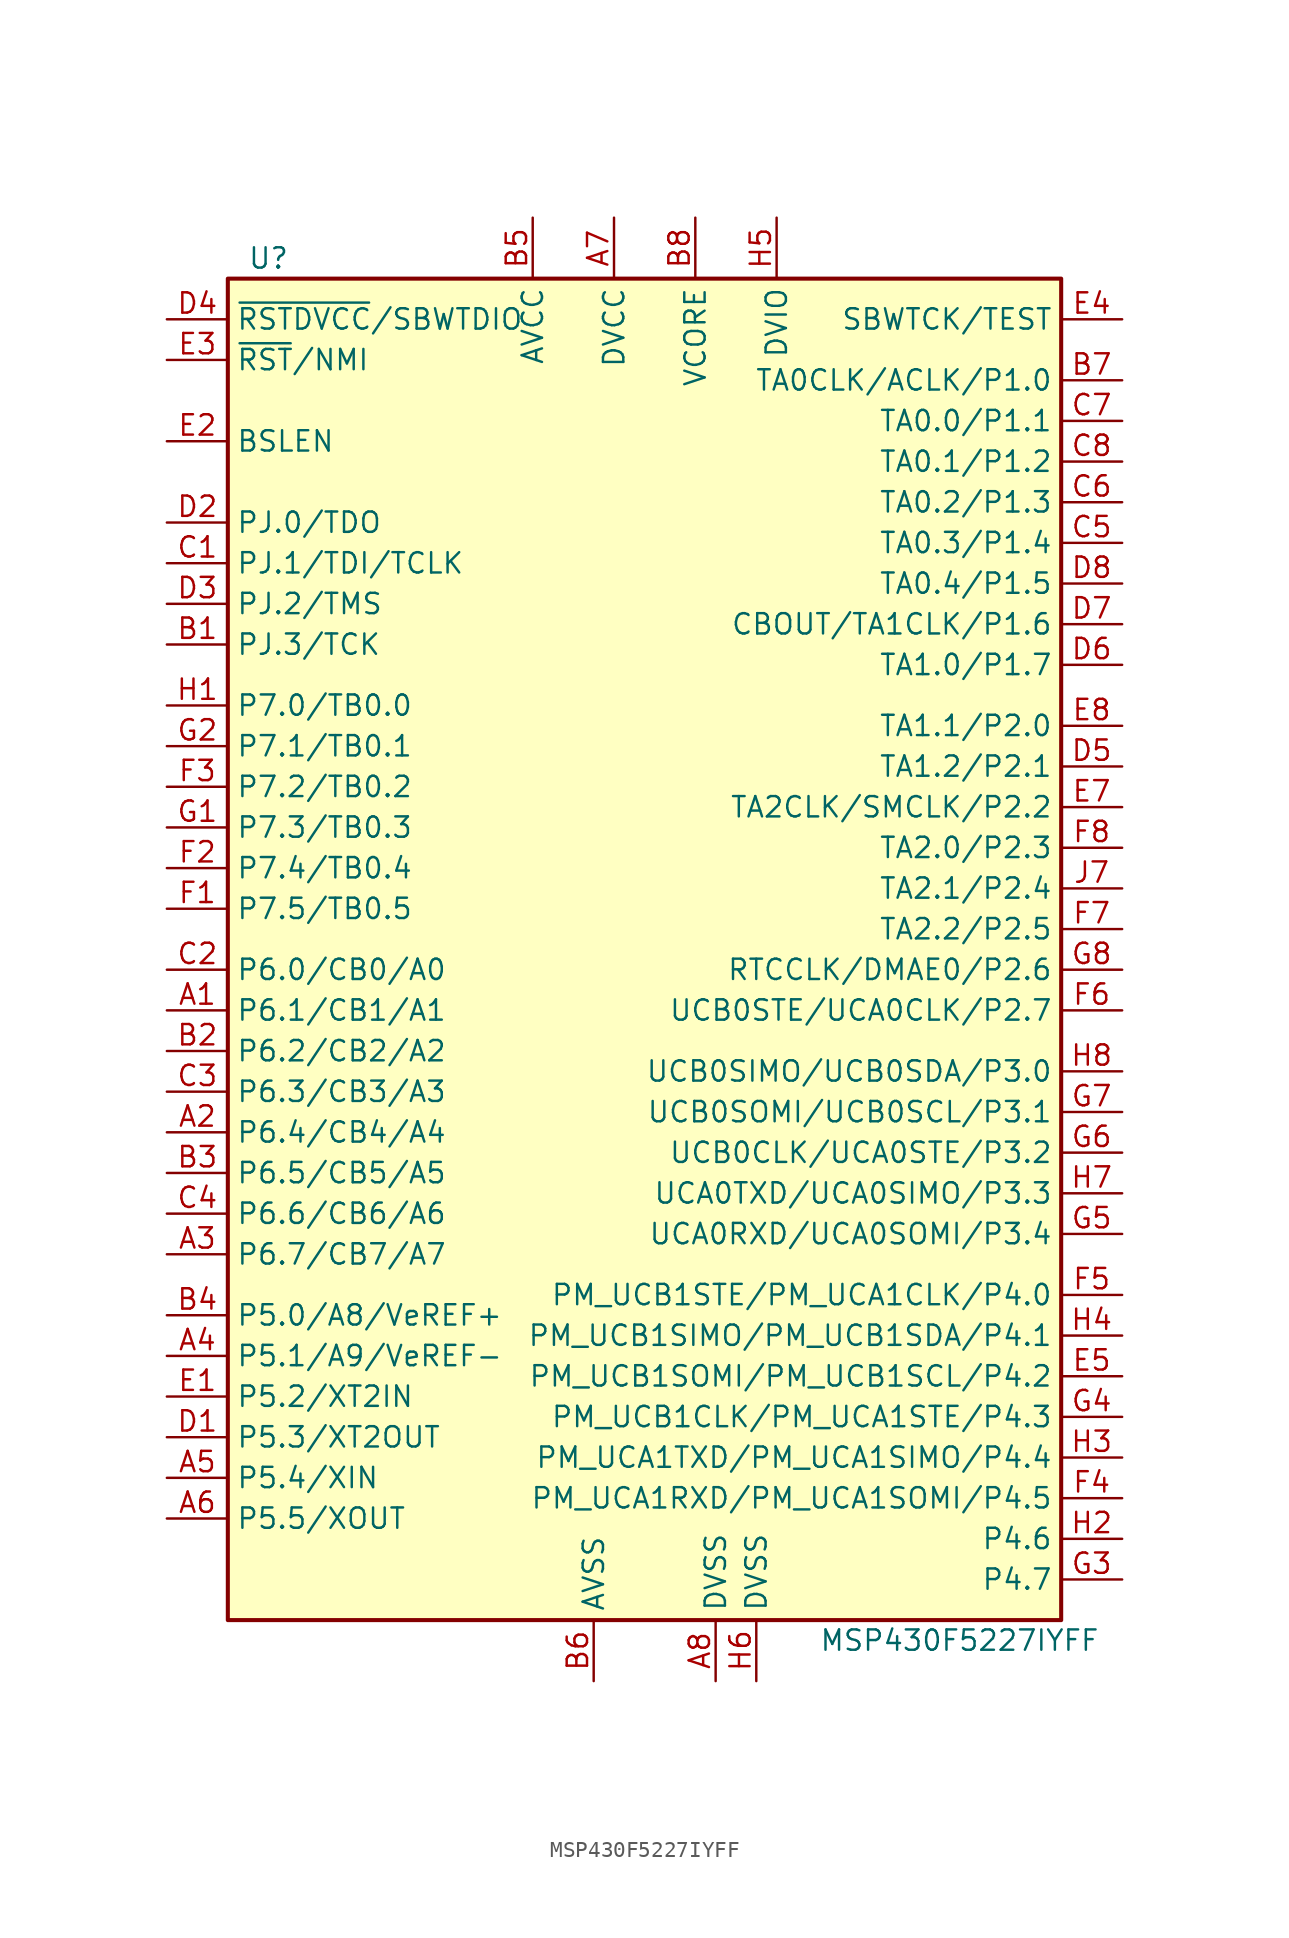
<source format=kicad_sym>
(kicad_symbol_lib
  (version 20201005)
  (generator kicad_symbol_editor)
  (symbol "MSP430F5227IYFF"
    (property "Reference" "U"
      (at -24.13 43.18 0)
      (effects (font (size 1.27 1.27))))
    (property "Value" "MSP430F5227IYFF"
      (at 19.05 -43.18 0)
      (effects (font (size 1.27 1.27))))
    (symbol "MSP430F5227IYFF_0_1"
      (rectangle (start -26.67 41.91) (end 25.4 -41.91) (stroke (width 0.254)) (fill (type background))))
    (symbol "MSP430F5227IYFF_1_1"
      (pin bidirectional line (at -30.48 -3.81 0) (length 3.81) (name "P6.1/CB1/A1" (effects (font (size 1.27 1.27)))) (number "A1" (effects (font (size 1.27 1.27)))))
      (pin bidirectional line (at -30.48 -11.43 0) (length 3.81) (name "P6.4/CB4/A4" (effects (font (size 1.27 1.27)))) (number "A2" (effects (font (size 1.27 1.27)))))
      (pin bidirectional line (at -30.48 -19.05 0) (length 3.81) (name "P6.7/CB7/A7" (effects (font (size 1.27 1.27)))) (number "A3" (effects (font (size 1.27 1.27)))))
      (pin bidirectional line (at -30.48 -25.4 0) (length 3.81) (name "P5.1/A9/VeREF-" (effects (font (size 1.27 1.27)))) (number "A4" (effects (font (size 1.27 1.27)))))
      (pin bidirectional line (at -30.48 -33.02 0) (length 3.81) (name "P5.4/XIN" (effects (font (size 1.27 1.27)))) (number "A5" (effects (font (size 1.27 1.27)))))
      (pin bidirectional line (at -30.48 -35.56 0) (length 3.81) (name "P5.5/XOUT" (effects (font (size 1.27 1.27)))) (number "A6" (effects (font (size 1.27 1.27)))))
      (pin power_in line (at -2.54 45.72 270) (length 3.81) (name "DVCC" (effects (font (size 1.27 1.27)))) (number "A7" (effects (font (size 1.27 1.27)))))
      (pin power_in line (at 3.81 -45.72 90) (length 3.81) (name "DVSS" (effects (font (size 1.27 1.27)))) (number "A8" (effects (font (size 1.27 1.27)))))
      (pin bidirectional line (at -30.48 19.05 0) (length 3.81) (name "PJ.3/TCK" (effects (font (size 1.27 1.27)))) (number "B1" (effects (font (size 1.27 1.27)))))
      (pin bidirectional line (at -30.48 -6.35 0) (length 3.81) (name "P6.2/CB2/A2" (effects (font (size 1.27 1.27)))) (number "B2" (effects (font (size 1.27 1.27)))))
      (pin bidirectional line (at -30.48 -13.97 0) (length 3.81) (name "P6.5/CB5/A5" (effects (font (size 1.27 1.27)))) (number "B3" (effects (font (size 1.27 1.27)))))
      (pin bidirectional line (at -30.48 -22.86 0) (length 3.81) (name "P5.0/A8/VeREF+" (effects (font (size 1.27 1.27)))) (number "B4" (effects (font (size 1.27 1.27)))))
      (pin power_in line (at -7.62 45.72 270) (length 3.81) (name "AVCC" (effects (font (size 1.27 1.27)))) (number "B5" (effects (font (size 1.27 1.27)))))
      (pin power_in line (at -3.81 -45.72 90) (length 3.81) (name "AVSS" (effects (font (size 1.27 1.27)))) (number "B6" (effects (font (size 1.27 1.27)))))
      (pin bidirectional line (at 29.21 35.56 180) (length 3.81) (name "TA0CLK/ACLK/P1.0" (effects (font (size 1.27 1.27)))) (number "B7" (effects (font (size 1.27 1.27)))))
      (pin power_in line (at 2.54 45.72 270) (length 3.81) (name "VCORE" (effects (font (size 1.27 1.27)))) (number "B8" (effects (font (size 1.27 1.27)))))
      (pin bidirectional line (at -30.48 24.13 0) (length 3.81) (name "PJ.1/TDI/TCLK" (effects (font (size 1.27 1.27)))) (number "C1" (effects (font (size 1.27 1.27)))))
      (pin bidirectional line (at -30.48 -1.27 0) (length 3.81) (name "P6.0/CB0/A0" (effects (font (size 1.27 1.27)))) (number "C2" (effects (font (size 1.27 1.27)))))
      (pin bidirectional line (at -30.48 -8.89 0) (length 3.81) (name "P6.3/CB3/A3" (effects (font (size 1.27 1.27)))) (number "C3" (effects (font (size 1.27 1.27)))))
      (pin bidirectional line (at -30.48 -16.51 0) (length 3.81) (name "P6.6/CB6/A6" (effects (font (size 1.27 1.27)))) (number "C4" (effects (font (size 1.27 1.27)))))
      (pin bidirectional line (at 29.21 25.4 180) (length 3.81) (name "TA0.3/P1.4" (effects (font (size 1.27 1.27)))) (number "C5" (effects (font (size 1.27 1.27)))))
      (pin bidirectional line (at 29.21 27.94 180) (length 3.81) (name "TA0.2/P1.3" (effects (font (size 1.27 1.27)))) (number "C6" (effects (font (size 1.27 1.27)))))
      (pin bidirectional line (at 29.21 33.02 180) (length 3.81) (name "TA0.0/P1.1" (effects (font (size 1.27 1.27)))) (number "C7" (effects (font (size 1.27 1.27)))))
      (pin bidirectional line (at 29.21 30.48 180) (length 3.81) (name "TA0.1/P1.2" (effects (font (size 1.27 1.27)))) (number "C8" (effects (font (size 1.27 1.27)))))
      (pin bidirectional line (at -30.48 -30.48 0) (length 3.81) (name "P5.3/XT2OUT" (effects (font (size 1.27 1.27)))) (number "D1" (effects (font (size 1.27 1.27)))))
      (pin bidirectional line (at -30.48 26.67 0) (length 3.81) (name "PJ.0/TDO" (effects (font (size 1.27 1.27)))) (number "D2" (effects (font (size 1.27 1.27)))))
      (pin bidirectional line (at -30.48 21.59 0) (length 3.81) (name "PJ.2/TMS" (effects (font (size 1.27 1.27)))) (number "D3" (effects (font (size 1.27 1.27)))))
      (pin bidirectional line (at -30.48 39.37 0) (length 3.81) (name "~RSTDVCC~/SBWTDIO" (effects (font (size 1.27 1.27)))) (number "D4" (effects (font (size 1.27 1.27)))))
      (pin bidirectional line (at 29.21 11.43 180) (length 3.81) (name "TA1.2/P2.1" (effects (font (size 1.27 1.27)))) (number "D5" (effects (font (size 1.27 1.27)))))
      (pin bidirectional line (at 29.21 17.78 180) (length 3.81) (name "TA1.0/P1.7" (effects (font (size 1.27 1.27)))) (number "D6" (effects (font (size 1.27 1.27)))))
      (pin bidirectional line (at 29.21 20.32 180) (length 3.81) (name "CBOUT/TA1CLK/P1.6" (effects (font (size 1.27 1.27)))) (number "D7" (effects (font (size 1.27 1.27)))))
      (pin bidirectional line (at 29.21 22.86 180) (length 3.81) (name "TA0.4/P1.5" (effects (font (size 1.27 1.27)))) (number "D8" (effects (font (size 1.27 1.27)))))
      (pin bidirectional line (at -30.48 -27.94 0) (length 3.81) (name "P5.2/XT2IN" (effects (font (size 1.27 1.27)))) (number "E1" (effects (font (size 1.27 1.27)))))
      (pin bidirectional line (at -30.48 31.75 0) (length 3.81) (name "BSLEN" (effects (font (size 1.27 1.27)))) (number "E2" (effects (font (size 1.27 1.27)))))
      (pin input line (at -30.48 36.83 0) (length 3.81) (name "~RST~/NMI" (effects (font (size 1.27 1.27)))) (number "E3" (effects (font (size 1.27 1.27)))))
      (pin input line (at 29.21 39.37 180) (length 3.81) (name "SBWTCK/TEST" (effects (font (size 1.27 1.27)))) (number "E4" (effects (font (size 1.27 1.27)))))
      (pin bidirectional line (at 29.21 -26.67 180) (length 3.81) (name "PM_UCB1SOMI/PM_UCB1SCL/P4.2" (effects (font (size 1.27 1.27)))) (number "E5" (effects (font (size 1.27 1.27)))))
      (pin bidirectional line (at 29.21 8.89 180) (length 3.81) (name "TA2CLK/SMCLK/P2.2" (effects (font (size 1.27 1.27)))) (number "E7" (effects (font (size 1.27 1.27)))))
      (pin bidirectional line (at 29.21 13.97 180) (length 3.81) (name "TA1.1/P2.0" (effects (font (size 1.27 1.27)))) (number "E8" (effects (font (size 1.27 1.27)))))
      (pin bidirectional line (at -30.48 2.54 0) (length 3.81) (name "P7.5/TB0.5" (effects (font (size 1.27 1.27)))) (number "F1" (effects (font (size 1.27 1.27)))))
      (pin bidirectional line (at -30.48 5.08 0) (length 3.81) (name "P7.4/TB0.4" (effects (font (size 1.27 1.27)))) (number "F2" (effects (font (size 1.27 1.27)))))
      (pin bidirectional line (at -30.48 10.16 0) (length 3.81) (name "P7.2/TB0.2" (effects (font (size 1.27 1.27)))) (number "F3" (effects (font (size 1.27 1.27)))))
      (pin bidirectional line (at 29.21 -34.29 180) (length 3.81) (name "PM_UCA1RXD/PM_UCA1SOMI/P4.5" (effects (font (size 1.27 1.27)))) (number "F4" (effects (font (size 1.27 1.27)))))
      (pin bidirectional line (at 29.21 -21.59 180) (length 3.81) (name "PM_UCB1STE/PM_UCA1CLK/P4.0" (effects (font (size 1.27 1.27)))) (number "F5" (effects (font (size 1.27 1.27)))))
      (pin bidirectional line (at 29.21 -3.81 180) (length 3.81) (name "UCB0STE/UCA0CLK/P2.7" (effects (font (size 1.27 1.27)))) (number "F6" (effects (font (size 1.27 1.27)))))
      (pin bidirectional line (at 29.21 1.27 180) (length 3.81) (name "TA2.2/P2.5" (effects (font (size 1.27 1.27)))) (number "F7" (effects (font (size 1.27 1.27)))))
      (pin bidirectional line (at 29.21 6.35 180) (length 3.81) (name "TA2.0/P2.3" (effects (font (size 1.27 1.27)))) (number "F8" (effects (font (size 1.27 1.27)))))
      (pin bidirectional line (at -30.48 7.62 0) (length 3.81) (name "P7.3/TB0.3" (effects (font (size 1.27 1.27)))) (number "G1" (effects (font (size 1.27 1.27)))))
      (pin bidirectional line (at -30.48 12.7 0) (length 3.81) (name "P7.1/TB0.1" (effects (font (size 1.27 1.27)))) (number "G2" (effects (font (size 1.27 1.27)))))
      (pin bidirectional line (at 29.21 -39.37 180) (length 3.81) (name "P4.7" (effects (font (size 1.27 1.27)))) (number "G3" (effects (font (size 1.27 1.27)))))
      (pin bidirectional line (at 29.21 -29.21 180) (length 3.81) (name "PM_UCB1CLK/PM_UCA1STE/P4.3" (effects (font (size 1.27 1.27)))) (number "G4" (effects (font (size 1.27 1.27)))))
      (pin bidirectional line (at 29.21 -17.78 180) (length 3.81) (name "UCA0RXD/UCA0SOMI/P3.4" (effects (font (size 1.27 1.27)))) (number "G5" (effects (font (size 1.27 1.27)))))
      (pin bidirectional line (at 29.21 -12.7 180) (length 3.81) (name "UCB0CLK/UCA0STE/P3.2" (effects (font (size 1.27 1.27)))) (number "G6" (effects (font (size 1.27 1.27)))))
      (pin bidirectional line (at 29.21 -10.16 180) (length 3.81) (name "UCB0SOMI/UCB0SCL/P3.1" (effects (font (size 1.27 1.27)))) (number "G7" (effects (font (size 1.27 1.27)))))
      (pin bidirectional line (at 29.21 -1.27 180) (length 3.81) (name "RTCCLK/DMAE0/P2.6" (effects (font (size 1.27 1.27)))) (number "G8" (effects (font (size 1.27 1.27)))))
      (pin bidirectional line (at -30.48 15.24 0) (length 3.81) (name "P7.0/TB0.0" (effects (font (size 1.27 1.27)))) (number "H1" (effects (font (size 1.27 1.27)))))
      (pin bidirectional line (at 29.21 -36.83 180) (length 3.81) (name "P4.6" (effects (font (size 1.27 1.27)))) (number "H2" (effects (font (size 1.27 1.27)))))
      (pin bidirectional line (at 29.21 -31.75 180) (length 3.81) (name "PM_UCA1TXD/PM_UCA1SIMO/P4.4" (effects (font (size 1.27 1.27)))) (number "H3" (effects (font (size 1.27 1.27)))))
      (pin bidirectional line (at 29.21 -24.13 180) (length 3.81) (name "PM_UCB1SIMO/PM_UCB1SDA/P4.1" (effects (font (size 1.27 1.27)))) (number "H4" (effects (font (size 1.27 1.27)))))
      (pin power_in line (at 7.62 45.72 270) (length 3.81) (name "DVIO" (effects (font (size 1.27 1.27)))) (number "H5" (effects (font (size 1.27 1.27)))))
      (pin power_in line (at 6.35 -45.72 90) (length 3.81) (name "DVSS" (effects (font (size 1.27 1.27)))) (number "H6" (effects (font (size 1.27 1.27)))))
      (pin bidirectional line (at 29.21 -15.24 180) (length 3.81) (name "UCA0TXD/UCA0SIMO/P3.3" (effects (font (size 1.27 1.27)))) (number "H7" (effects (font (size 1.27 1.27)))))
      (pin bidirectional line (at 29.21 -7.62 180) (length 3.81) (name "UCB0SIMO/UCB0SDA/P3.0" (effects (font (size 1.27 1.27)))) (number "H8" (effects (font (size 1.27 1.27)))))
      (pin bidirectional line (at 29.21 3.81 180) (length 3.81) (name "TA2.1/P2.4" (effects (font (size 1.27 1.27)))) (number "J7" (effects (font (size 1.27 1.27))))))))
</source>
